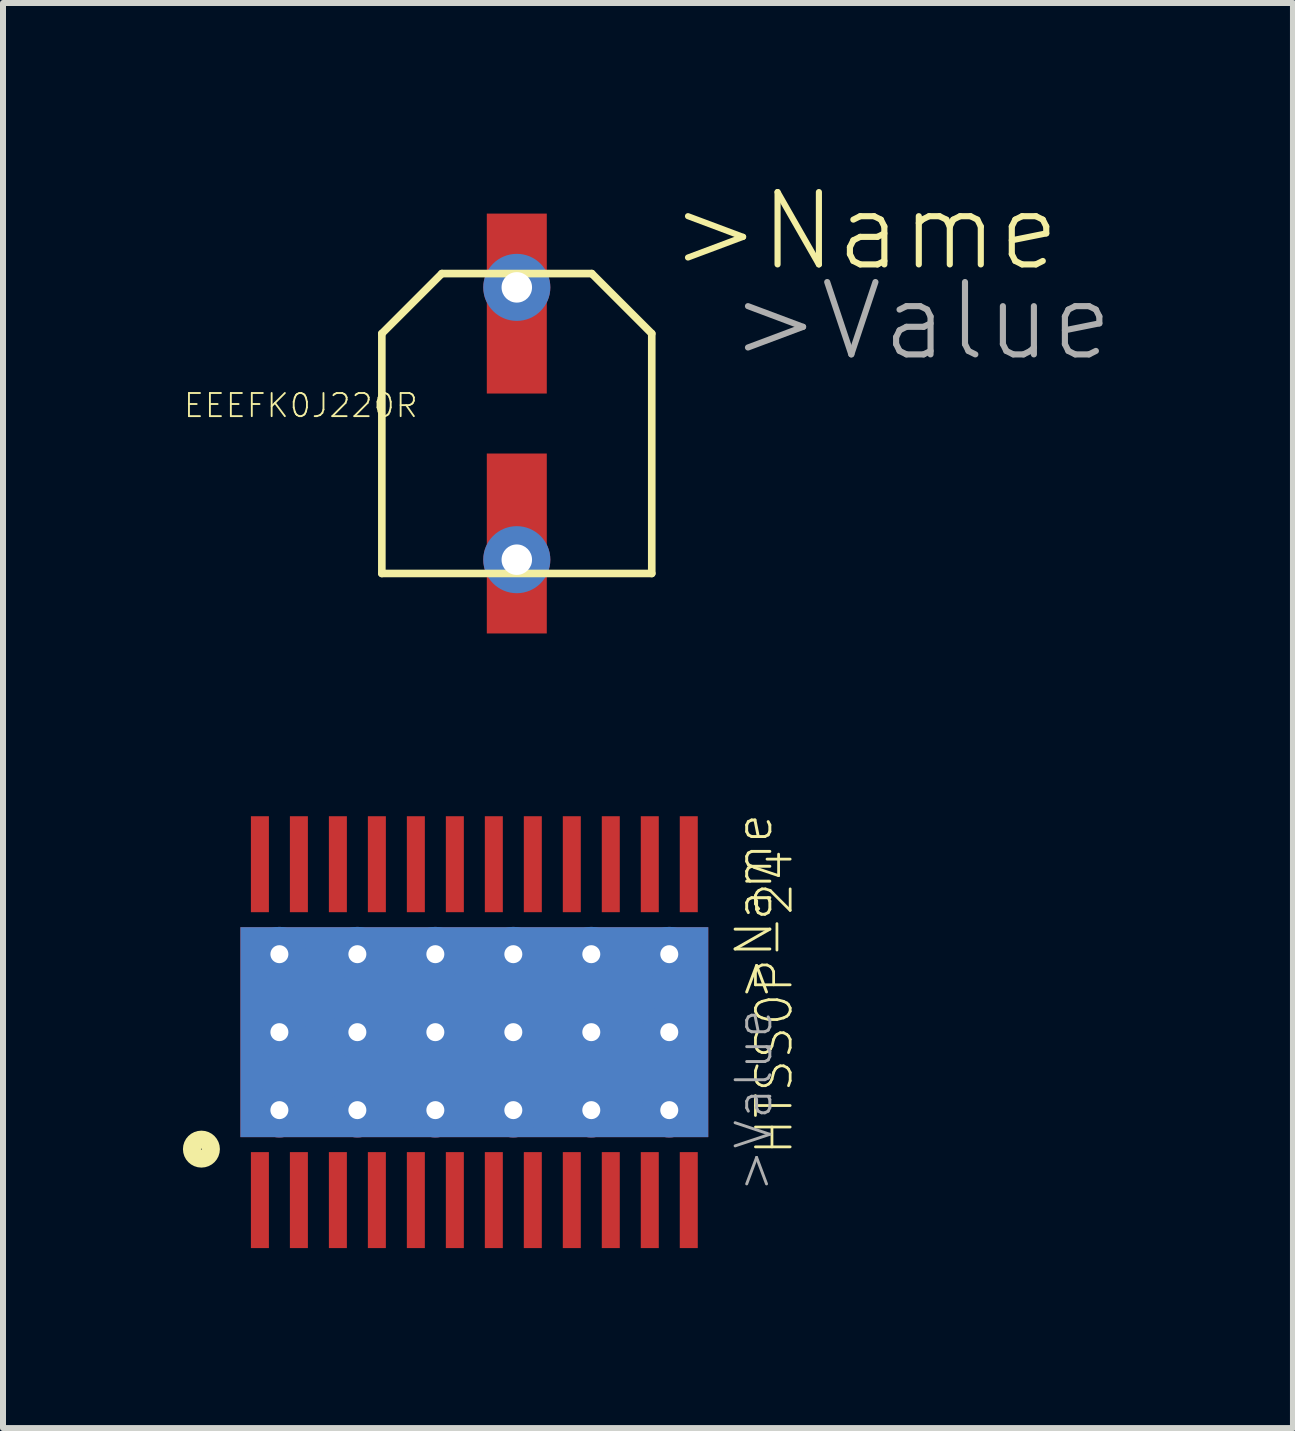
<source format=kicad_pcb>
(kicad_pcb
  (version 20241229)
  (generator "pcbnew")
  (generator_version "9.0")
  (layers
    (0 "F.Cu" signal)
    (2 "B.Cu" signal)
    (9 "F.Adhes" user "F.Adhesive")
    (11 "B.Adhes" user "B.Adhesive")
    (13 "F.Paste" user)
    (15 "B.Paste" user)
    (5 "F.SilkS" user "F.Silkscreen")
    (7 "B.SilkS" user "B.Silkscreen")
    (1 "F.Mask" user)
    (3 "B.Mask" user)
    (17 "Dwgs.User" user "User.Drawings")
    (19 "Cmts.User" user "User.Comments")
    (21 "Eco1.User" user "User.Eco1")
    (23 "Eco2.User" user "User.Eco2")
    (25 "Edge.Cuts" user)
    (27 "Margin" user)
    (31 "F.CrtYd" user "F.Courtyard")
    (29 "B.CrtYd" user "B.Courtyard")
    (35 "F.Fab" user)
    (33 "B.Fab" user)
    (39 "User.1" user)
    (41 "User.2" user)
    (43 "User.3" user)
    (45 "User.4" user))
  (footprint "HTSS0P-24"
    (layer "F.Cu")
    (at 4.858 14.158)
    (property "Reference" "HTSS0P-24" (at 5 -0.5 90) (layer "F.SilkS") (effects (font (size 0.579 0.579) (thickness 0.046))))
    (attr through_hole)
    (fp_poly (pts (xy -2.4 -1.2) (xy 2.4 -1.2) (xy 2.4 1.2) (xy -2.4 1.2)) (stroke (width 0) (type solid)) (fill yes) (layer "F.Mask"))
    (fp_circle (center -4.55 1.95) (end -4.392 1.95) (stroke (width 0.3) (type solid)) (fill no) (layer "F.SilkS"))
    (fp_poly (pts (xy -2.4 -1.2) (xy -0.2 -1.2) (xy -0.2 -0.2) (xy -2.4 -0.2)) (stroke (width 0) (type solid)) (fill yes) (layer "F.Paste"))
    (fp_poly (pts (xy -2.4 0.2) (xy -0.2 0.2) (xy -0.2 1.2) (xy -2.4 1.2)) (stroke (width 0) (type solid)) (fill yes) (layer "F.Paste"))
    (fp_poly (pts (xy 0.2 -1.2) (xy 2.4 -1.2) (xy 2.4 -0.2) (xy 0.2 -0.2)) (stroke (width 0) (type solid)) (fill yes) (layer "F.Paste"))
    (fp_poly (pts (xy 0.2 0.2) (xy 2.4 0.2) (xy 2.4 1.2) (xy 0.2 1.2)) (stroke (width 0) (type solid)) (fill yes) (layer "F.Paste"))
    (fp_text user ">Name" (at 5 -0.5 90) (layer "F.SilkS") (effects (font (size 0.579 0.579) (thickness 0.049)) (justify left bottom)))
    (fp_text user ">Value" (at 5 2.7 90) (layer "F.Fab") (effects (font (size 0.579 0.579) (thickness 0.049)) (justify left bottom)))
    (pad "GND" smd rect (at 0 0 180) (size 7.8 3.5) (layers "B.Cu" "B.Mask"))
    (pad "GND@1" smd rect (at 0 0) (size 7.8 3.5) (layers "F.Cu" "F.Mask"))
    (pad "GND@3" thru_hole circle (at -3.25 -1.3) (size 0.91 0.91) (drill 0.3) (layers "*.Cu" "*.Mask"))
    (pad "GND@4" thru_hole circle (at -1.95 -1.3) (size 0.91 0.91) (drill 0.3) (layers "*.Cu" "*.Mask"))
    (pad "GND@5" thru_hole circle (at -0.65 -1.3) (size 0.91 0.91) (drill 0.3) (layers "*.Cu" "*.Mask"))
    (pad "GND@6" thru_hole circle (at 0.65 -1.3) (size 0.91 0.91) (drill 0.3) (layers "*.Cu" "*.Mask"))
    (pad "GND@7" thru_hole circle (at 1.95 -1.3) (size 0.91 0.91) (drill 0.3) (layers "*.Cu" "*.Mask"))
    (pad "GND@8" thru_hole circle (at 3.25 -1.3) (size 0.91 0.91) (drill 0.3) (layers "*.Cu" "*.Mask"))
    (pad "GND@9" thru_hole circle (at 3.25 0) (size 0.91 0.91) (drill 0.3) (layers "*.Cu" "*.Mask"))
    (pad "GND@10" thru_hole circle (at 1.95 0) (size 0.91 0.91) (drill 0.3) (layers "*.Cu" "*.Mask"))
    (pad "GND@11" thru_hole circle (at 0.65 0) (size 0.91 0.91) (drill 0.3) (layers "*.Cu" "*.Mask"))
    (pad "GND@12" thru_hole circle (at -0.65 0) (size 0.91 0.91) (drill 0.3) (layers "*.Cu" "*.Mask"))
    (pad "GND@13" thru_hole circle (at -1.95 0) (size 0.91 0.91) (drill 0.3) (layers "*.Cu" "*.Mask"))
    (pad "GND@14" thru_hole circle (at -3.25 0) (size 0.91 0.91) (drill 0.3) (layers "*.Cu" "*.Mask"))
    (pad "GND@15" thru_hole circle (at -3.25 1.3) (size 0.91 0.91) (drill 0.3) (layers "*.Cu" "*.Mask"))
    (pad "GND@16" thru_hole circle (at -1.95 1.3) (size 0.91 0.91) (drill 0.3) (layers "*.Cu" "*.Mask"))
    (pad "GND@17" thru_hole circle (at -0.65 1.3) (size 0.91 0.91) (drill 0.3) (layers "*.Cu" "*.Mask"))
    (pad "GND@18" thru_hole circle (at 0.65 1.3) (size 0.91 0.91) (drill 0.3) (layers "*.Cu" "*.Mask"))
    (pad "GND@19" thru_hole circle (at 1.95 1.3) (size 0.91 0.91) (drill 0.3) (layers "*.Cu" "*.Mask"))
    (pad "GND@20" thru_hole circle (at 3.25 1.3) (size 0.91 0.91) (drill 0.3) (layers "*.Cu" "*.Mask"))
    (pad "P$1" smd rect (at -3.575 2.8) (size 0.3 1.6) (layers "F.Cu" "F.Mask" "F.Paste"))
    (pad "P$2" smd rect (at -2.925 2.8) (size 0.3 1.6) (layers "F.Cu" "F.Mask" "F.Paste"))
    (pad "P$3" smd rect (at -2.275 2.8) (size 0.3 1.6) (layers "F.Cu" "F.Mask" "F.Paste"))
    (pad "P$4" smd rect (at -1.625 2.8) (size 0.3 1.6) (layers "F.Cu" "F.Mask" "F.Paste"))
    (pad "P$5" smd rect (at -0.975 2.8) (size 0.3 1.6) (layers "F.Cu" "F.Mask" "F.Paste"))
    (pad "P$6" smd rect (at -0.325 2.8) (size 0.3 1.6) (layers "F.Cu" "F.Mask" "F.Paste"))
    (pad "P$7" smd rect (at 0.325 2.8) (size 0.3 1.6) (layers "F.Cu" "F.Mask" "F.Paste"))
    (pad "P$8" smd rect (at 0.975 2.8) (size 0.3 1.6) (layers "F.Cu" "F.Mask" "F.Paste"))
    (pad "P$9" smd rect (at 1.625 2.8) (size 0.3 1.6) (layers "F.Cu" "F.Mask" "F.Paste"))
    (pad "P$10" smd rect (at 2.275 2.8) (size 0.3 1.6) (layers "F.Cu" "F.Mask" "F.Paste"))
    (pad "P$11" smd rect (at 2.925 2.8) (size 0.3 1.6) (layers "F.Cu" "F.Mask" "F.Paste"))
    (pad "P$12" smd rect (at 3.575 2.8) (size 0.3 1.6) (layers "F.Cu" "F.Mask" "F.Paste"))
    (pad "P$13" smd rect (at 3.575 -2.8) (size 0.3 1.6) (layers "F.Cu" "F.Mask" "F.Paste"))
    (pad "P$14" smd rect (at 2.925 -2.8) (size 0.3 1.6) (layers "F.Cu" "F.Mask" "F.Paste"))
    (pad "P$15" smd rect (at 2.275 -2.8) (size 0.3 1.6) (layers "F.Cu" "F.Mask" "F.Paste"))
    (pad "P$16" smd rect (at 1.625 -2.8) (size 0.3 1.6) (layers "F.Cu" "F.Mask" "F.Paste"))
    (pad "P$17" smd rect (at 0.975 -2.8) (size 0.3 1.6) (layers "F.Cu" "F.Mask" "F.Paste"))
    (pad "P$18" smd rect (at 0.325 -2.8) (size 0.3 1.6) (layers "F.Cu" "F.Mask" "F.Paste"))
    (pad "P$19" smd rect (at -0.325 -2.8) (size 0.3 1.6) (layers "F.Cu" "F.Mask" "F.Paste"))
    (pad "P$20" smd rect (at -0.975 -2.8) (size 0.3 1.6) (layers "F.Cu" "F.Mask" "F.Paste"))
    (pad "P$21" smd rect (at -1.625 -2.8) (size 0.3 1.6) (layers "F.Cu" "F.Mask" "F.Paste"))
    (pad "P$22" smd rect (at -2.275 -2.8) (size 0.3 1.6) (layers "F.Cu" "F.Mask" "F.Paste"))
    (pad "P$23" smd rect (at -2.925 -2.8) (size 0.3 1.6) (layers "F.Cu" "F.Mask" "F.Paste"))
    (pad "P$24" smd rect (at -3.575 -2.8) (size 0.3 1.6) (layers "F.Cu" "F.Mask" "F.Paste")))
  (footprint "EEEFK0J220R"
    (layer "F.Cu")
    (at 5.566 4.011)
    (property "Reference" "EEEFK0J220R" (at -3.6 -0.3 180) (layer "F.SilkS") (effects (font (size 0.386 0.386) (thickness 0.031))))
    (attr through_hole)
    (fp_line (start -2.25 -1.5) (end -1.25 -2.5) (stroke (width 0.127) (type solid)) (layer "F.SilkS"))
    (fp_line (start -2.25 2.5) (end -2.25 -1.5) (stroke (width 0.127) (type solid)) (layer "F.SilkS"))
    (fp_line (start -1.25 -2.5) (end 1.25 -2.5) (stroke (width 0.127) (type solid)) (layer "F.SilkS"))
    (fp_line (start 1.25 -2.5) (end 2.25 -1.5) (stroke (width 0.127) (type solid)) (layer "F.SilkS"))
    (fp_line (start 2.25 -1.5) (end 2.25 2.5) (stroke (width 0.127) (type solid)) (layer "F.SilkS"))
    (fp_line (start 2.25 2.5) (end -2.25 2.5) (stroke (width 0.127) (type solid)) (layer "F.SilkS"))
    (fp_text user ">Name" (at 2.5 -2.5 0) (layer "F.SilkS") (effects (font (size 1.206 1.206) (thickness 0.102)) (justify left bottom)))
    (fp_text user ">Value" (at 3.5 -1 0) (layer "F.Fab") (effects (font (size 1.206 1.206) (thickness 0.102)) (justify left bottom)))
    (pad "GND@1" smd rect (at 0 2 90) (size 3 1) (layers "F.Cu" "F.Mask" "F.Paste"))
    (pad "GND@2" thru_hole circle (at 0 2.27) (size 1.118 1.118) (drill 0.508) (layers "*.Cu" "*.Mask"))
    (pad "P$1" smd rect (at 0 -2 90) (size 3 1) (layers "F.Cu" "F.Mask" "F.Paste"))
    (pad "P$3" thru_hole circle (at 0 -2.27) (size 1.118 1.118) (drill 0.508) (layers "*.Cu" "*.Mask")))
  (gr_rect
    (start -3 -3)
    (end 18.506 20.758)
    (stroke (width 0.1) (type default))
    (fill no)
    (layer "Edge.Cuts")))
</source>
